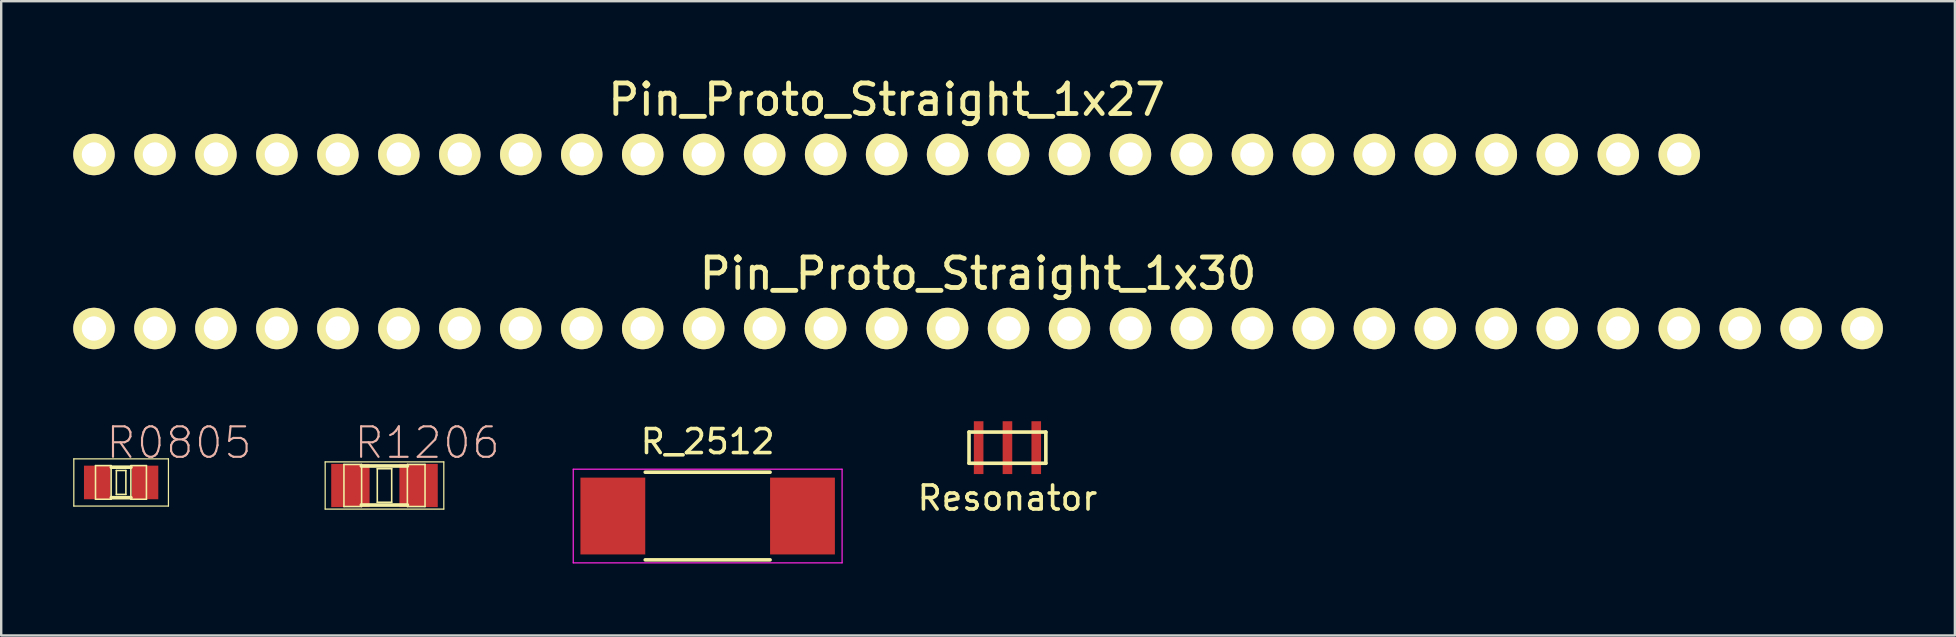
<source format=kicad_pcb>
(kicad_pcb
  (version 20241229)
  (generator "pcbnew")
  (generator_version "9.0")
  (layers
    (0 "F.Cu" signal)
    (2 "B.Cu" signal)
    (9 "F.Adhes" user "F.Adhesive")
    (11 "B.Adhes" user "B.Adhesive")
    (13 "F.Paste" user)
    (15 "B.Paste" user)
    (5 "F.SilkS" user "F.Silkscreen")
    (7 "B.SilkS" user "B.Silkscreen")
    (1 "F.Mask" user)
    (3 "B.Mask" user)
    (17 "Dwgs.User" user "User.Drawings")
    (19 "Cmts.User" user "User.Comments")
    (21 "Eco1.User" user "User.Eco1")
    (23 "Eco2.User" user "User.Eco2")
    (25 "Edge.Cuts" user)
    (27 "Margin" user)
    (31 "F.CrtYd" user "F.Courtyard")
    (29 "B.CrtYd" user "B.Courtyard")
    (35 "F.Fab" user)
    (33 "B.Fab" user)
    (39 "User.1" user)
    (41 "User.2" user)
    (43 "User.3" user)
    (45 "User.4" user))
  (footprint "Pin_Proto_Straight_1x30"
    (layer "F.Cu")
    (at 37.694 10.635)
    (property "Reference" "Pin_Proto_Straight_1x30" (at 0 -2.286 0) (layer "F.SilkS") (effects (font (size 1.27 1.27) (thickness 0.203))))
    (attr through_hole)
    (pad "1" thru_hole circle (at -36.83 0) (size 1.727 1.727) (drill oval 1.016) (layers "*.Cu" "*.Mask" "F.SilkS"))
    (pad "2" thru_hole circle (at -34.29 0) (size 1.727 1.727) (drill 1.016) (layers "*.Cu" "*.Mask" "F.SilkS"))
    (pad "3" thru_hole circle (at -31.75 0) (size 1.727 1.727) (drill 1.016) (layers "*.Cu" "*.Mask" "F.SilkS"))
    (pad "4" thru_hole circle (at -29.21 0) (size 1.727 1.727) (drill 1.016) (layers "*.Cu" "*.Mask" "F.SilkS"))
    (pad "5" thru_hole circle (at -26.67 0) (size 1.727 1.727) (drill 1.016) (layers "*.Cu" "*.Mask" "F.SilkS"))
    (pad "6" thru_hole circle (at -24.13 0) (size 1.727 1.727) (drill 1.016) (layers "*.Cu" "*.Mask" "F.SilkS"))
    (pad "7" thru_hole circle (at -21.59 0) (size 1.727 1.727) (drill 1.016) (layers "*.Cu" "*.Mask" "F.SilkS"))
    (pad "8" thru_hole circle (at -19.05 0) (size 1.727 1.727) (drill 1.016) (layers "*.Cu" "*.Mask" "F.SilkS"))
    (pad "9" thru_hole circle (at -16.51 0) (size 1.727 1.727) (drill 1.016) (layers "*.Cu" "*.Mask" "F.SilkS"))
    (pad "10" thru_hole circle (at -13.97 0) (size 1.727 1.727) (drill 1.016) (layers "*.Cu" "*.Mask" "F.SilkS"))
    (pad "11" thru_hole circle (at -11.43 0) (size 1.727 1.727) (drill 1.016) (layers "*.Cu" "*.Mask" "F.SilkS"))
    (pad "12" thru_hole circle (at -8.89 0) (size 1.727 1.727) (drill 1.016) (layers "*.Cu" "*.Mask" "F.SilkS"))
    (pad "13" thru_hole circle (at -6.35 0) (size 1.727 1.727) (drill 1.016) (layers "*.Cu" "*.Mask" "F.SilkS"))
    (pad "14" thru_hole circle (at -3.81 0) (size 1.727 1.727) (drill 1.016) (layers "*.Cu" "*.Mask" "F.SilkS"))
    (pad "15" thru_hole circle (at -1.27 0) (size 1.727 1.727) (drill 1.016) (layers "*.Cu" "*.Mask" "F.SilkS"))
    (pad "16" thru_hole circle (at 1.27 0) (size 1.727 1.727) (drill 1.016) (layers "*.Cu" "*.Mask" "F.SilkS"))
    (pad "17" thru_hole circle (at 3.81 0) (size 1.727 1.727) (drill 1.016) (layers "*.Cu" "*.Mask" "F.SilkS"))
    (pad "18" thru_hole circle (at 6.35 0) (size 1.727 1.727) (drill 1.016) (layers "*.Cu" "*.Mask" "F.SilkS"))
    (pad "19" thru_hole circle (at 8.89 0) (size 1.727 1.727) (drill 1.016) (layers "*.Cu" "*.Mask" "F.SilkS"))
    (pad "20" thru_hole circle (at 11.43 0) (size 1.727 1.727) (drill 1.016) (layers "*.Cu" "*.Mask" "F.SilkS"))
    (pad "21" thru_hole circle (at 13.97 0) (size 1.727 1.727) (drill 1.016) (layers "*.Cu" "*.Mask" "F.SilkS"))
    (pad "22" thru_hole circle (at 16.51 0) (size 1.727 1.727) (drill 1.016) (layers "*.Cu" "*.Mask" "F.SilkS"))
    (pad "23" thru_hole circle (at 19.05 0) (size 1.727 1.727) (drill 1.016) (layers "*.Cu" "*.Mask" "F.SilkS"))
    (pad "24" thru_hole circle (at 21.59 0) (size 1.727 1.727) (drill 1.016) (layers "*.Cu" "*.Mask" "F.SilkS"))
    (pad "25" thru_hole circle (at 24.13 0) (size 1.727 1.727) (drill 1.016) (layers "*.Cu" "*.Mask" "F.SilkS"))
    (pad "26" thru_hole circle (at 26.67 0) (size 1.727 1.727) (drill 1.016) (layers "*.Cu" "*.Mask" "F.SilkS"))
    (pad "27" thru_hole circle (at 29.21 0) (size 1.727 1.727) (drill 1.016) (layers "*.Cu" "*.Mask" "F.SilkS"))
    (pad "28" thru_hole circle (at 31.75 0) (size 1.727 1.727) (drill 1.016) (layers "*.Cu" "*.Mask" "F.SilkS"))
    (pad "29" thru_hole circle (at 34.29 0) (size 1.727 1.727) (drill 1.016) (layers "*.Cu" "*.Mask" "F.SilkS"))
    (pad "30" thru_hole circle (at 36.83 0) (size 1.727 1.727) (drill 1.016) (layers "*.Cu" "*.Mask" "F.SilkS")))
  (footprint "Pin_Proto_Straight_1x27"
    (layer "F.Cu")
    (at 33.884 3.386)
    (property "Reference" "Pin_Proto_Straight_1x27" (at 0 -2.286 0) (layer "F.SilkS") (effects (font (size 1.27 1.27) (thickness 0.203))))
    (attr through_hole)
    (pad "1" thru_hole circle (at -33.02 0) (size 1.727 1.727) (drill oval 1.016) (layers "*.Cu" "*.Mask" "F.SilkS"))
    (pad "2" thru_hole circle (at -30.48 0) (size 1.727 1.727) (drill 1.016) (layers "*.Cu" "*.Mask" "F.SilkS"))
    (pad "3" thru_hole circle (at -27.94 0) (size 1.727 1.727) (drill 1.016) (layers "*.Cu" "*.Mask" "F.SilkS"))
    (pad "4" thru_hole circle (at -25.4 0) (size 1.727 1.727) (drill 1.016) (layers "*.Cu" "*.Mask" "F.SilkS"))
    (pad "5" thru_hole circle (at -22.86 0) (size 1.727 1.727) (drill 1.016) (layers "*.Cu" "*.Mask" "F.SilkS"))
    (pad "6" thru_hole circle (at -20.32 0) (size 1.727 1.727) (drill 1.016) (layers "*.Cu" "*.Mask" "F.SilkS"))
    (pad "7" thru_hole circle (at -17.78 0) (size 1.727 1.727) (drill 1.016) (layers "*.Cu" "*.Mask" "F.SilkS"))
    (pad "8" thru_hole circle (at -15.24 0) (size 1.727 1.727) (drill 1.016) (layers "*.Cu" "*.Mask" "F.SilkS"))
    (pad "9" thru_hole circle (at -12.7 0) (size 1.727 1.727) (drill 1.016) (layers "*.Cu" "*.Mask" "F.SilkS"))
    (pad "10" thru_hole circle (at -10.16 0) (size 1.727 1.727) (drill 1.016) (layers "*.Cu" "*.Mask" "F.SilkS"))
    (pad "11" thru_hole circle (at -7.62 0) (size 1.727 1.727) (drill 1.016) (layers "*.Cu" "*.Mask" "F.SilkS"))
    (pad "12" thru_hole circle (at -5.08 0) (size 1.727 1.727) (drill 1.016) (layers "*.Cu" "*.Mask" "F.SilkS"))
    (pad "13" thru_hole circle (at -2.54 0) (size 1.727 1.727) (drill 1.016) (layers "*.Cu" "*.Mask" "F.SilkS"))
    (pad "14" thru_hole circle (at 0 0) (size 1.727 1.727) (drill 1.016) (layers "*.Cu" "*.Mask" "F.SilkS"))
    (pad "15" thru_hole circle (at 2.54 0) (size 1.727 1.727) (drill 1.016) (layers "*.Cu" "*.Mask" "F.SilkS"))
    (pad "16" thru_hole circle (at 5.08 0) (size 1.727 1.727) (drill 1.016) (layers "*.Cu" "*.Mask" "F.SilkS"))
    (pad "17" thru_hole circle (at 7.62 0) (size 1.727 1.727) (drill 1.016) (layers "*.Cu" "*.Mask" "F.SilkS"))
    (pad "18" thru_hole circle (at 10.16 0) (size 1.727 1.727) (drill 1.016) (layers "*.Cu" "*.Mask" "F.SilkS"))
    (pad "19" thru_hole circle (at 12.7 0) (size 1.727 1.727) (drill 1.016) (layers "*.Cu" "*.Mask" "F.SilkS"))
    (pad "20" thru_hole circle (at 15.24 0) (size 1.727 1.727) (drill 1.016) (layers "*.Cu" "*.Mask" "F.SilkS"))
    (pad "21" thru_hole circle (at 17.78 0) (size 1.727 1.727) (drill 1.016) (layers "*.Cu" "*.Mask" "F.SilkS"))
    (pad "22" thru_hole circle (at 20.32 0) (size 1.727 1.727) (drill 1.016) (layers "*.Cu" "*.Mask" "F.SilkS"))
    (pad "23" thru_hole circle (at 22.86 0) (size 1.727 1.727) (drill 1.016) (layers "*.Cu" "*.Mask" "F.SilkS"))
    (pad "24" thru_hole circle (at 25.4 0) (size 1.727 1.727) (drill 1.016) (layers "*.Cu" "*.Mask" "F.SilkS"))
    (pad "25" thru_hole circle (at 27.94 0) (size 1.727 1.727) (drill 1.016) (layers "*.Cu" "*.Mask" "F.SilkS"))
    (pad "26" thru_hole circle (at 30.48 0) (size 1.727 1.727) (drill 1.016) (layers "*.Cu" "*.Mask" "F.SilkS"))
    (pad "27" thru_hole circle (at 33.02 0) (size 1.727 1.727) (drill 1.016) (layers "*.Cu" "*.Mask" "F.SilkS")))
  (footprint "R1206"
    (layer "F.Cu")
    (at 12.967 17.175)
    (property "Reference" "R1206" (at 1.778 -1.778 0) (layer "B.SilkS") (effects (font (size 1.27 1.27) (thickness 0.089))))
    (attr smd)
    (fp_line (start -2.471 -0.983) (end 2.471 -0.983) (stroke (width 0.051) (type solid)) (layer "F.SilkS"))
    (fp_line (start -2.471 0.983) (end -2.471 -0.983) (stroke (width 0.051) (type solid)) (layer "F.SilkS"))
    (fp_line (start -1.689 -0.876) (end -0.953 -0.876) (stroke (width 0.066) (type solid)) (layer "F.SilkS"))
    (fp_line (start -1.689 0.876) (end -1.689 -0.876) (stroke (width 0.066) (type solid)) (layer "F.SilkS"))
    (fp_line (start -1.689 0.876) (end -0.953 0.876) (stroke (width 0.066) (type solid)) (layer "F.SilkS"))
    (fp_line (start -0.953 0.876) (end -0.953 -0.876) (stroke (width 0.066) (type solid)) (layer "F.SilkS"))
    (fp_line (start -0.3 -0.699) (end 0.3 -0.699) (stroke (width 0.066) (type solid)) (layer "F.SilkS"))
    (fp_line (start -0.3 0.699) (end -0.3 -0.699) (stroke (width 0.066) (type solid)) (layer "F.SilkS"))
    (fp_line (start -0.3 0.699) (end 0.3 0.699) (stroke (width 0.066) (type solid)) (layer "F.SilkS"))
    (fp_line (start 0.3 0.699) (end 0.3 -0.699) (stroke (width 0.066) (type solid)) (layer "F.SilkS"))
    (fp_line (start 0.953 -0.876) (end 1.689 -0.876) (stroke (width 0.066) (type solid)) (layer "F.SilkS"))
    (fp_line (start 0.953 -0.813) (end -0.965 -0.813) (stroke (width 0.152) (type solid)) (layer "F.SilkS"))
    (fp_line (start 0.953 0.813) (end -0.965 0.813) (stroke (width 0.152) (type solid)) (layer "F.SilkS"))
    (fp_line (start 0.953 0.876) (end 0.953 -0.876) (stroke (width 0.066) (type solid)) (layer "F.SilkS"))
    (fp_line (start 0.953 0.876) (end 1.689 0.876) (stroke (width 0.066) (type solid)) (layer "F.SilkS"))
    (fp_line (start 1.689 0.876) (end 1.689 -0.876) (stroke (width 0.066) (type solid)) (layer "F.SilkS"))
    (fp_line (start 2.471 -0.983) (end 2.471 0.983) (stroke (width 0.051) (type solid)) (layer "F.SilkS"))
    (fp_line (start 2.471 0.983) (end -2.471 0.983) (stroke (width 0.051) (type solid)) (layer "F.SilkS"))
    (pad "1" smd rect (at -1.42 0) (size 1.598 1.801) (layers "F.Cu" "F.Mask" "F.Paste"))
    (pad "2" smd rect (at 1.42 0) (size 1.598 1.801) (layers "F.Cu" "F.Mask" "F.Paste")))
  (footprint "R_2512"
    (layer "F.Cu")
    (at 26.43 18.447)
    (property "Reference" "R_2512" (at 0 -3.1 0) (layer "F.SilkS") (effects (font (size 1 1) (thickness 0.15))))
    (attr smd)
    (fp_line (start -2.6 -1.825) (end 2.6 -1.825) (stroke (width 0.15) (type solid)) (layer "F.SilkS"))
    (fp_line (start 2.6 1.825) (end -2.6 1.825) (stroke (width 0.15) (type solid)) (layer "F.SilkS"))
    (fp_line (start -5.6 -1.95) (end -5.6 1.95) (stroke (width 0.05) (type solid)) (layer "F.CrtYd"))
    (fp_line (start -5.6 -1.95) (end 5.6 -1.95) (stroke (width 0.05) (type solid)) (layer "F.CrtYd"))
    (fp_line (start -5.6 1.95) (end 5.6 1.95) (stroke (width 0.05) (type solid)) (layer "F.CrtYd"))
    (fp_line (start 5.6 -1.95) (end 5.6 1.95) (stroke (width 0.05) (type solid)) (layer "F.CrtYd"))
    (pad "1" smd rect (at -3.95 0) (size 2.7 3.2) (layers "F.Cu" "F.Mask" "F.Paste"))
    (pad "2" smd rect (at 3.95 0) (size 2.7 3.2) (layers "F.Cu" "F.Mask" "F.Paste")))
  (footprint "Resonator"
    (layer "F.Cu")
    (at 38.918 15.598)
    (property "Reference" "Resonator" (at 0 2.1 0) (layer "F.SilkS") (effects (font (size 1 1) (thickness 0.15))))
    (attr through_hole)
    (fp_line (start -1.6 -0.65) (end -1.6 0.65) (stroke (width 0.15) (type solid)) (layer "F.SilkS"))
    (fp_line (start -1.6 0.65) (end 1.6 0.65) (stroke (width 0.15) (type solid)) (layer "F.SilkS"))
    (fp_line (start 1.6 -0.65) (end -1.6 -0.65) (stroke (width 0.15) (type solid)) (layer "F.SilkS"))
    (fp_line (start 1.6 0.65) (end 1.6 -0.65) (stroke (width 0.15) (type solid)) (layer "F.SilkS"))
    (pad "1" smd rect (at -1.2 0) (size 0.4 2.2) (layers "F.Cu" "F.Mask" "F.Paste"))
    (pad "2" smd rect (at 0 0) (size 0.4 2.2) (layers "F.Cu" "F.Mask" "F.Paste"))
    (pad "3" smd rect (at 1.2 0) (size 0.4 2.2) (layers "F.Cu" "F.Mask" "F.Paste")))
  (footprint "R0805"
    (layer "F.Cu")
    (at 1.996 17.048)
    (property "Reference" "R0805" (at 2.413 -1.651 0) (layer "B.SilkS") (effects (font (size 1.27 1.27) (thickness 0.089))))
    (attr smd)
    (fp_line (start -1.971 -0.983) (end 1.971 -0.983) (stroke (width 0.051) (type solid)) (layer "F.SilkS"))
    (fp_line (start -1.971 0.983) (end -1.971 -0.983) (stroke (width 0.051) (type solid)) (layer "F.SilkS"))
    (fp_line (start -1.067 -0.701) (end -0.417 -0.701) (stroke (width 0.066) (type solid)) (layer "F.SilkS"))
    (fp_line (start -1.067 0.699) (end -1.067 -0.701) (stroke (width 0.066) (type solid)) (layer "F.SilkS"))
    (fp_line (start -1.067 0.699) (end -0.417 0.699) (stroke (width 0.066) (type solid)) (layer "F.SilkS"))
    (fp_line (start -0.417 0.699) (end -0.417 -0.701) (stroke (width 0.066) (type solid)) (layer "F.SilkS"))
    (fp_line (start -0.409 -0.635) (end 0.409 -0.635) (stroke (width 0.152) (type solid)) (layer "F.SilkS"))
    (fp_line (start -0.409 0.635) (end 0.409 0.635) (stroke (width 0.152) (type solid)) (layer "F.SilkS"))
    (fp_line (start -0.198 -0.498) (end 0.198 -0.498) (stroke (width 0.066) (type solid)) (layer "F.SilkS"))
    (fp_line (start -0.198 0.498) (end -0.198 -0.498) (stroke (width 0.066) (type solid)) (layer "F.SilkS"))
    (fp_line (start -0.198 0.498) (end 0.198 0.498) (stroke (width 0.066) (type solid)) (layer "F.SilkS"))
    (fp_line (start 0.198 0.498) (end 0.198 -0.498) (stroke (width 0.066) (type solid)) (layer "F.SilkS"))
    (fp_line (start 0.406 -0.701) (end 1.054 -0.701) (stroke (width 0.066) (type solid)) (layer "F.SilkS"))
    (fp_line (start 0.406 0.699) (end 0.406 -0.701) (stroke (width 0.066) (type solid)) (layer "F.SilkS"))
    (fp_line (start 0.406 0.699) (end 1.054 0.699) (stroke (width 0.066) (type solid)) (layer "F.SilkS"))
    (fp_line (start 1.054 0.699) (end 1.054 -0.701) (stroke (width 0.066) (type solid)) (layer "F.SilkS"))
    (fp_line (start 1.971 -0.983) (end 1.971 0.983) (stroke (width 0.051) (type solid)) (layer "F.SilkS"))
    (fp_line (start 1.971 0.983) (end -1.971 0.983) (stroke (width 0.051) (type solid)) (layer "F.SilkS"))
    (pad "1" smd rect (at -0.998 0) (size 1.1 1.4) (layers "F.Cu" "F.Mask" "F.Paste"))
    (pad "2" smd rect (at 0.998 0) (size 1.1 1.4) (layers "F.Cu" "F.Mask" "F.Paste")))
  (gr_rect
    (start -3 -3)
    (end 78.387 23.422)
    (stroke (width 0.1) (type default))
    (fill no)
    (layer "Edge.Cuts")))
</source>
